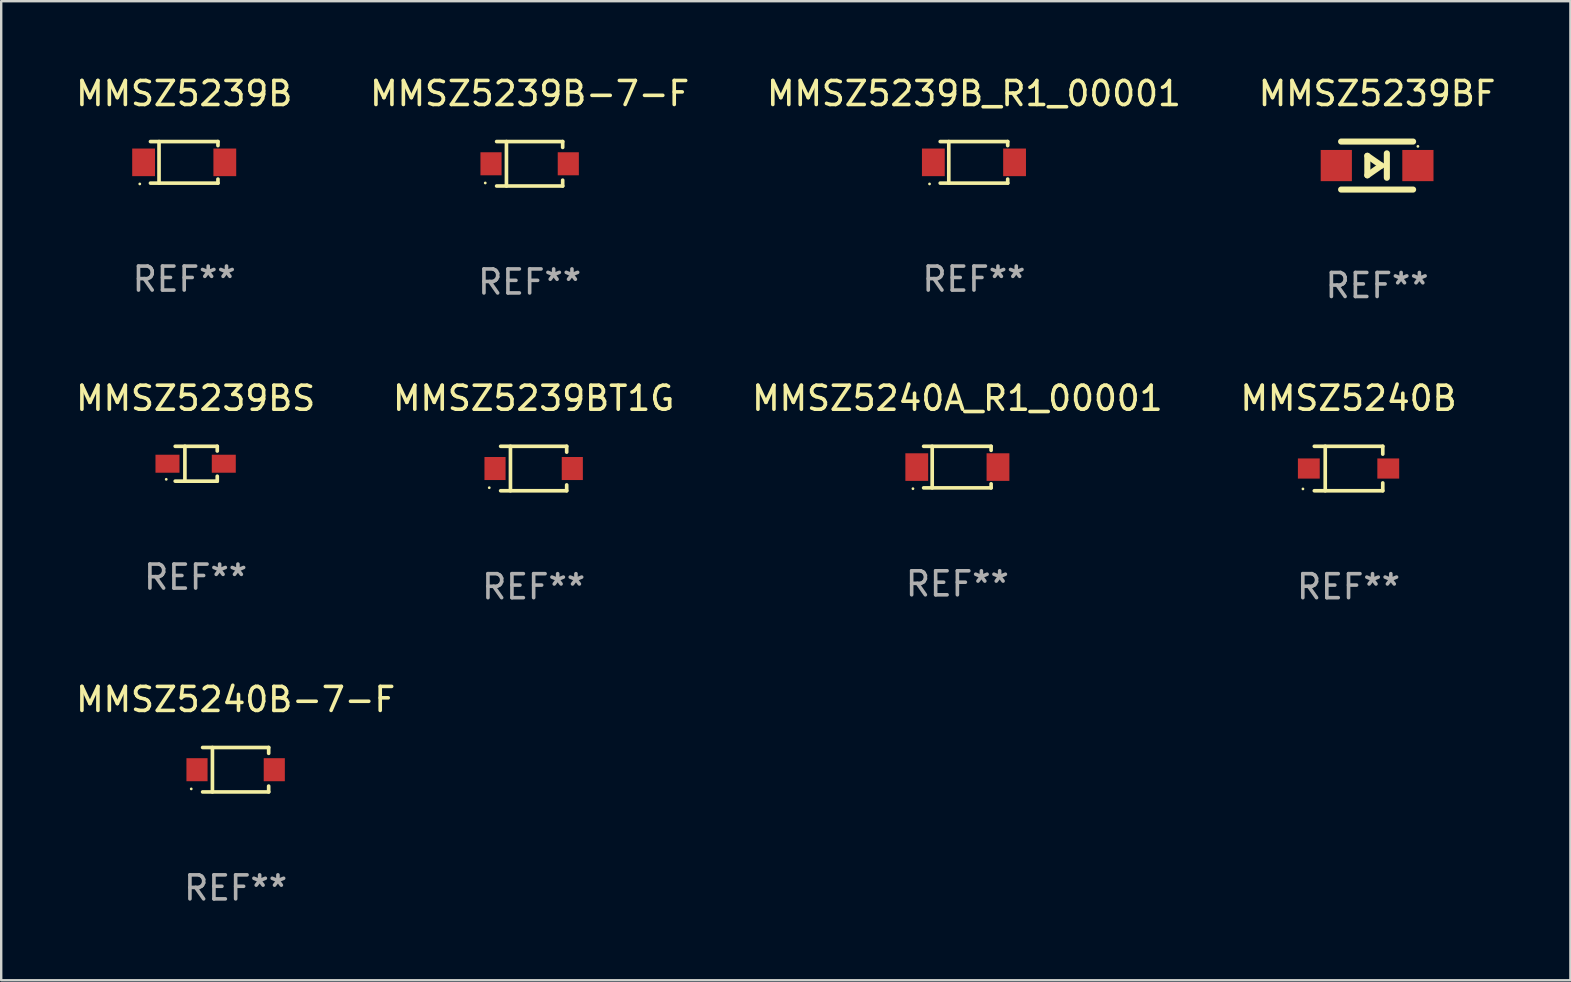
<source format=kicad_pcb>
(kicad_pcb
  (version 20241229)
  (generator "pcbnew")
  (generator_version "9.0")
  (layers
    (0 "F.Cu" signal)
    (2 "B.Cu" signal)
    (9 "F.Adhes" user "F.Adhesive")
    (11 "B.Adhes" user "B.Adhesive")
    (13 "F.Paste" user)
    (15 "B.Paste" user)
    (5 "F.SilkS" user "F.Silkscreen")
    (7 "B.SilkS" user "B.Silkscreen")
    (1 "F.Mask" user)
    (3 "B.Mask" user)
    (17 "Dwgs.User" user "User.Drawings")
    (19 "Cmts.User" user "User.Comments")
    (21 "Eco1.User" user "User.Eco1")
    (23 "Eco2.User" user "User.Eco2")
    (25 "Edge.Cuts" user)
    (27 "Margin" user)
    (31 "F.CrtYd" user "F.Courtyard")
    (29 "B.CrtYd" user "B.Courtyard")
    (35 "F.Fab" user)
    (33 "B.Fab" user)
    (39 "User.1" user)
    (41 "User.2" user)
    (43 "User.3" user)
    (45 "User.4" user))
  (footprint "MMSZ5240B-7-F"
    (layer "F.Cu")
    (at 6.768 29.02)
    (property "Reference" "MMSZ5240B-7-F" (at 0 -2.926 0) (layer "F.SilkS") (effects (font (size 1 1) (thickness 0.15))))
    (attr through_hole)
    (fp_line (start -1.376 -0.926) (end 1.376 -0.926) (stroke (width 0.152) (type solid)) (layer "F.SilkS"))
    (fp_line (start -1.376 0.926) (end 1.376 0.926) (stroke (width 0.152) (type solid)) (layer "F.SilkS"))
    (fp_line (start -0.967 -0.926) (end -0.967 0.926) (stroke (width 0.152) (type solid)) (layer "F.SilkS"))
    (fp_line (start 1.376 -0.926) (end 1.376 -0.683) (stroke (width 0.152) (type solid)) (layer "F.SilkS"))
    (fp_line (start 1.376 0.926) (end 1.376 0.683) (stroke (width 0.152) (type solid)) (layer "F.SilkS"))
    (fp_circle (center -1.85 0.8) (end -1.82 0.8) (stroke (width 0.06) (type solid)) (fill no) (layer "F.SilkS"))
    (fp_text user "REF**" (at 0 4.926 0) (layer "F.Fab") (effects (font (size 1 1) (thickness 0.15))))
    (pad "1" smd rect (at -1.61 0) (size 0.88 0.96) (layers "F.Cu" "F.Mask" "F.Paste"))
    (pad "2" smd rect (at 1.61 0) (size 0.88 0.96) (layers "F.Cu" "F.Mask" "F.Paste")))
  (footprint "MMSZ5239B_R1_00001"
    (layer "F.Cu")
    (at 37.53 3.714)
    (property "Reference" "MMSZ5239B_R1_00001" (at 0 -2.866 0) (layer "F.SilkS") (effects (font (size 1 1) (thickness 0.15))))
    (attr through_hole)
    (fp_line (start -1.406 -0.866) (end 1.406 -0.866) (stroke (width 0.152) (type solid)) (layer "F.SilkS"))
    (fp_line (start -1.406 0.866) (end 1.406 0.866) (stroke (width 0.152) (type solid)) (layer "F.SilkS"))
    (fp_line (start -1.049 -0.866) (end -1.049 0.866) (stroke (width 0.152) (type solid)) (layer "F.SilkS"))
    (fp_line (start 1.406 -0.866) (end 1.406 -0.698) (stroke (width 0.152) (type solid)) (layer "F.SilkS"))
    (fp_line (start 1.406 0.866) (end 1.406 0.698) (stroke (width 0.152) (type solid)) (layer "F.SilkS"))
    (fp_circle (center -1.851 0.9) (end -1.821 0.9) (stroke (width 0.06) (type solid)) (fill no) (layer "F.SilkS"))
    (fp_text user "REF**" (at 0 4.866 0) (layer "F.Fab") (effects (font (size 1 1) (thickness 0.15))))
    (pad "1" smd rect (at -1.692 0) (size 0.95 1.15) (layers "F.Cu" "F.Mask" "F.Paste"))
    (pad "2" smd rect (at 1.692 0) (size 0.95 1.15) (layers "F.Cu" "F.Mask" "F.Paste")))
  (footprint "MMSZ5240B"
    (layer "F.Cu")
    (at 53.137 16.471)
    (property "Reference" "MMSZ5240B" (at 0 -2.926 0) (layer "F.SilkS") (effects (font (size 1 1) (thickness 0.15))))
    (attr through_hole)
    (fp_line (start -1.426 0.926) (end 1.426 0.926) (stroke (width 0.152) (type solid)) (layer "F.SilkS"))
    (fp_line (start -1.426 -0.926) (end 1.426 -0.926) (stroke (width 0.152) (type solid)) (layer "F.SilkS"))
    (fp_line (start -0.971 0.926) (end -0.971 -0.926) (stroke (width 0.152) (type solid)) (layer "F.SilkS"))
    (fp_line (start 1.426 -0.926) (end 1.426 -0.6) (stroke (width 0.152) (type solid)) (layer "F.SilkS"))
    (fp_line (start 1.426 0.6) (end 1.426 0.926) (stroke (width 0.152) (type solid)) (layer "F.SilkS"))
    (fp_circle (center -1.9 0.85) (end -1.87 0.85) (stroke (width 0.06) (type solid)) (fill no) (layer "F.SilkS"))
    (fp_text user "REF**" (at 0 4.926 0) (layer "F.Fab") (effects (font (size 1 1) (thickness 0.15))))
    (pad "1" smd rect (at -1.655 -0.000064) (size 0.91 0.84) (layers "F.Cu" "F.Mask" "F.Paste"))
    (pad "2" smd rect (at 1.655 -0.000064) (size 0.91 0.84) (layers "F.Cu" "F.Mask" "F.Paste")))
  (footprint "MMSZ5240A_R1_00001"
    (layer "F.Cu")
    (at 36.839 16.411)
    (property "Reference" "MMSZ5240A_R1_00001" (at 0 -2.866 0) (layer "F.SilkS") (effects (font (size 1 1) (thickness 0.15))))
    (attr through_hole)
    (fp_line (start -1.406 -0.866) (end 1.406 -0.866) (stroke (width 0.152) (type solid)) (layer "F.SilkS"))
    (fp_line (start -1.406 0.866) (end 1.406 0.866) (stroke (width 0.152) (type solid)) (layer "F.SilkS"))
    (fp_line (start -1.049 -0.866) (end -1.049 0.866) (stroke (width 0.152) (type solid)) (layer "F.SilkS"))
    (fp_line (start 1.406 -0.866) (end 1.406 -0.698) (stroke (width 0.152) (type solid)) (layer "F.SilkS"))
    (fp_line (start 1.406 0.866) (end 1.406 0.698) (stroke (width 0.152) (type solid)) (layer "F.SilkS"))
    (fp_circle (center -1.851 0.9) (end -1.821 0.9) (stroke (width 0.06) (type solid)) (fill no) (layer "F.SilkS"))
    (fp_text user "REF**" (at 0 4.866 0) (layer "F.Fab") (effects (font (size 1 1) (thickness 0.15))))
    (pad "1" smd rect (at -1.692 0) (size 0.95 1.15) (layers "F.Cu" "F.Mask" "F.Paste"))
    (pad "2" smd rect (at 1.692 0) (size 0.95 1.15) (layers "F.Cu" "F.Mask" "F.Paste")))
  (footprint "MMSZ5239B-7-F"
    (layer "F.Cu")
    (at 19.018 3.774)
    (property "Reference" "MMSZ5239B-7-F" (at 0 -2.926 0) (layer "F.SilkS") (effects (font (size 1 1) (thickness 0.15))))
    (attr through_hole)
    (fp_line (start -1.376 -0.926) (end 1.376 -0.926) (stroke (width 0.152) (type solid)) (layer "F.SilkS"))
    (fp_line (start -1.376 0.926) (end 1.376 0.926) (stroke (width 0.152) (type solid)) (layer "F.SilkS"))
    (fp_line (start -0.967 -0.926) (end -0.967 0.926) (stroke (width 0.152) (type solid)) (layer "F.SilkS"))
    (fp_line (start 1.376 -0.926) (end 1.376 -0.683) (stroke (width 0.152) (type solid)) (layer "F.SilkS"))
    (fp_line (start 1.376 0.926) (end 1.376 0.683) (stroke (width 0.152) (type solid)) (layer "F.SilkS"))
    (fp_circle (center -1.85 0.8) (end -1.82 0.8) (stroke (width 0.06) (type solid)) (fill no) (layer "F.SilkS"))
    (fp_text user "REF**" (at 0 4.926 0) (layer "F.Fab") (effects (font (size 1 1) (thickness 0.15))))
    (pad "1" smd rect (at -1.61 0) (size 0.88 0.96) (layers "F.Cu" "F.Mask" "F.Paste"))
    (pad "2" smd rect (at 1.61 0) (size 0.88 0.96) (layers "F.Cu" "F.Mask" "F.Paste")))
  (footprint "MMSZ5239B"
    (layer "F.Cu")
    (at 4.625 3.714)
    (property "Reference" "MMSZ5239B" (at 0 -2.866 0) (layer "F.SilkS") (effects (font (size 1 1) (thickness 0.15))))
    (attr through_hole)
    (fp_line (start -1.406 -0.866) (end 1.406 -0.866) (stroke (width 0.152) (type solid)) (layer "F.SilkS"))
    (fp_line (start -1.406 0.866) (end 1.406 0.866) (stroke (width 0.152) (type solid)) (layer "F.SilkS"))
    (fp_line (start -1.049 -0.866) (end -1.049 0.866) (stroke (width 0.152) (type solid)) (layer "F.SilkS"))
    (fp_line (start 1.406 -0.866) (end 1.406 -0.698) (stroke (width 0.152) (type solid)) (layer "F.SilkS"))
    (fp_line (start 1.406 0.866) (end 1.406 0.698) (stroke (width 0.152) (type solid)) (layer "F.SilkS"))
    (fp_circle (center -1.851 0.9) (end -1.821 0.9) (stroke (width 0.06) (type solid)) (fill no) (layer "F.SilkS"))
    (fp_text user "REF**" (at 0 4.866 0) (layer "F.Fab") (effects (font (size 1 1) (thickness 0.15))))
    (pad "1" smd rect (at -1.692 0) (size 0.95 1.15) (layers "F.Cu" "F.Mask" "F.Paste"))
    (pad "2" smd rect (at 1.692 0) (size 0.95 1.15) (layers "F.Cu" "F.Mask" "F.Paste")))
  (footprint "MMSZ5239BS"
    (layer "F.Cu")
    (at 5.101 16.271)
    (property "Reference" "MMSZ5239BS" (at 0 -2.726 0) (layer "F.SilkS") (effects (font (size 1 1) (thickness 0.15))))
    (attr through_hole)
    (fp_line (start -0.851 -0.726) (end 0.901 -0.726) (stroke (width 0.152) (type solid)) (layer "F.SilkS"))
    (fp_line (start -0.851 0.726) (end 0.901 0.726) (stroke (width 0.152) (type solid)) (layer "F.SilkS"))
    (fp_line (start -0.447 -0.726) (end -0.447 0.726) (stroke (width 0.152) (type solid)) (layer "F.SilkS"))
    (fp_line (start 0.901 -0.726) (end 0.901 -0.53) (stroke (width 0.152) (type solid)) (layer "F.SilkS"))
    (fp_line (start 0.901 0.726) (end 0.901 0.52) (stroke (width 0.152) (type solid)) (layer "F.SilkS"))
    (fp_circle (center -1.225 0.65) (end -1.195 0.65) (stroke (width 0.06) (type solid)) (fill no) (layer "F.SilkS"))
    (fp_text user "REF**" (at 0 4.726 0) (layer "F.Fab") (effects (font (size 1 1) (thickness 0.15))))
    (pad "1" smd rect (at -1.173 0) (size 1 0.75) (layers "F.Cu" "F.Mask" "F.Paste"))
    (pad "2" smd rect (at 1.173 0) (size 1 0.75) (layers "F.Cu" "F.Mask" "F.Paste")))
  (footprint "MMSZ5239BT1G"
    (layer "F.Cu")
    (at 19.185 16.471)
    (property "Reference" "MMSZ5239BT1G" (at 0 -2.926 0) (layer "F.SilkS") (effects (font (size 1 1) (thickness 0.15))))
    (attr through_hole)
    (fp_line (start -1.376 -0.926) (end 1.376 -0.926) (stroke (width 0.152) (type solid)) (layer "F.SilkS"))
    (fp_line (start -1.376 0.926) (end 1.376 0.926) (stroke (width 0.152) (type solid)) (layer "F.SilkS"))
    (fp_line (start -0.967 -0.926) (end -0.967 0.926) (stroke (width 0.152) (type solid)) (layer "F.SilkS"))
    (fp_line (start 1.376 -0.926) (end 1.376 -0.683) (stroke (width 0.152) (type solid)) (layer "F.SilkS"))
    (fp_line (start 1.376 0.926) (end 1.376 0.683) (stroke (width 0.152) (type solid)) (layer "F.SilkS"))
    (fp_circle (center -1.85 0.8) (end -1.82 0.8) (stroke (width 0.06) (type solid)) (fill no) (layer "F.SilkS"))
    (fp_text user "REF**" (at 0 4.926 0) (layer "F.Fab") (effects (font (size 1 1) (thickness 0.15))))
    (pad "1" smd rect (at -1.61 0) (size 0.88 0.96) (layers "F.Cu" "F.Mask" "F.Paste"))
    (pad "2" smd rect (at 1.61 0) (size 0.88 0.96) (layers "F.Cu" "F.Mask" "F.Paste")))
  (footprint "MMSZ5239BF"
    (layer "F.Cu")
    (at 54.327 3.848)
    (property "Reference" "MMSZ5239BF" (at 0 -3 0) (layer "F.SilkS") (effects (font (size 1 1) (thickness 0.15))))
    (attr through_hole)
    (fp_line (start -1.5 -1) (end 1.5 -1) (stroke (width 0.254) (type solid)) (layer "F.SilkS"))
    (fp_line (start -0.406 -0.406) (end 0.178 0) (stroke (width 0.254) (type solid)) (layer "F.SilkS"))
    (fp_line (start -0.406 0.406) (end -0.406 -0.406) (stroke (width 0.254) (type solid)) (layer "F.SilkS"))
    (fp_line (start 0.178 0) (end -0.406 0.406) (stroke (width 0.254) (type solid)) (layer "F.SilkS"))
    (fp_line (start 0.406 0.508) (end 0.406 -0.508) (stroke (width 0.254) (type solid)) (layer "F.SilkS"))
    (fp_line (start 1.5 1) (end -1.5 1) (stroke (width 0.254) (type solid)) (layer "F.SilkS"))
    (fp_circle (center 1.7 -0.8) (end 1.73 -0.8) (stroke (width 0.06) (type solid)) (fill no) (layer "F.SilkS"))
    (fp_text user "REF**" (at 0 5 0) (layer "F.Fab") (effects (font (size 1 1) (thickness 0.15))))
    (pad "1" smd rect (at 1.7 0 180) (size 1.3 1.3) (layers "F.Cu" "F.Mask" "F.Paste"))
    (pad "2" smd rect (at -1.7 0 180) (size 1.3 1.3) (layers "F.Cu" "F.Mask" "F.Paste")))
  (gr_rect
    (start -3 -3)
    (end 62.381 37.794)
    (stroke (width 0.1) (type default))
    (fill no)
    (layer "Edge.Cuts")))
</source>
